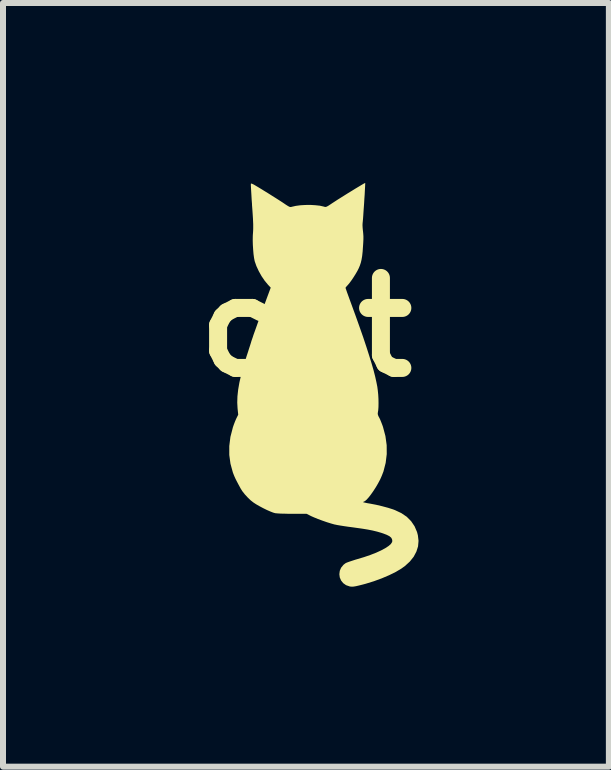
<source format=kicad_pcb>
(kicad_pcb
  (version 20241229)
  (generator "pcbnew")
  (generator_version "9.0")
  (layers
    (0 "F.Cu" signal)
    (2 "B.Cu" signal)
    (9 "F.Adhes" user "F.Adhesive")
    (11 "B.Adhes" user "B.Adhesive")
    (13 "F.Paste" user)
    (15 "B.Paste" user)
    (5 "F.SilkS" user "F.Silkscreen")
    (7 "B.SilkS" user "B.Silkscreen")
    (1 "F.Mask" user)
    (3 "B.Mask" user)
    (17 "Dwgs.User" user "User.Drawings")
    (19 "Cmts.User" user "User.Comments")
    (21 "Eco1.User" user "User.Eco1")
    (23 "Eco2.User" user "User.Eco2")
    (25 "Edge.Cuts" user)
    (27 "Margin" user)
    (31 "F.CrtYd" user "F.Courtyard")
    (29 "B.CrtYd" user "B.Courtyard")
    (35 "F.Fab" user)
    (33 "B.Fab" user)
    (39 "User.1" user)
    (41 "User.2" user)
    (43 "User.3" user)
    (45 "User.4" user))
  (footprint "cat"
    (layer "F.Cu")
    (at 2.05 2.405)
    (property "Reference" "cat" (at 0 0 0) (layer "F.SilkS") (effects (font (size 1.5 1.5) (thickness 0.3))))
    (attr board_only exclude_from_pos_files exclude_from_bom)
    (fp_poly (pts (xy 0.988 -2.395) (xy 0.987 -2.367) (xy 0.985 -2.325) (xy 0.982 -2.272) (xy 0.979 -2.21) (xy 0.974 -2.142) (xy 0.97 -2.071) (xy 0.965 -2) (xy 0.96 -1.931) (xy 0.956 -1.868) (xy 0.952 -1.812) (xy 0.948 -1.768) (xy 0.945 -1.738) (xy 0.944 -1.728) (xy 0.943 -1.7) (xy 0.945 -1.661) (xy 0.949 -1.616) (xy 0.951 -1.603) (xy 0.955 -1.561) (xy 0.958 -1.517) (xy 0.958 -1.466) (xy 0.955 -1.404) (xy 0.951 -1.345) (xy 0.945 -1.258) (xy 0.937 -1.186) (xy 0.927 -1.127) (xy 0.915 -1.076) (xy 0.899 -1.028) (xy 0.88 -0.983) (xy 0.859 -0.941) (xy 0.83 -0.891) (xy 0.797 -0.838) (xy 0.763 -0.787) (xy 0.73 -0.742) (xy 0.702 -0.708) (xy 0.691 -0.696) (xy 0.672 -0.675) (xy 0.661 -0.66) (xy 0.66 -0.657) (xy 0.663 -0.646) (xy 0.673 -0.618) (xy 0.687 -0.577) (xy 0.706 -0.525) (xy 0.728 -0.464) (xy 0.749 -0.407) (xy 0.825 -0.199) (xy 0.893 -0.008) (xy 0.954 0.166) (xy 1.007 0.325) (xy 1.053 0.469) (xy 1.093 0.599) (xy 1.127 0.716) (xy 1.154 0.822) (xy 1.175 0.917) (xy 1.19 0.993) (xy 1.198 1.055) (xy 1.205 1.124) (xy 1.209 1.197) (xy 1.21 1.267) (xy 1.209 1.331) (xy 1.205 1.384) (xy 1.2 1.414) (xy 1.197 1.439) (xy 1.2 1.461) (xy 1.211 1.488) (xy 1.22 1.504) (xy 1.236 1.536) (xy 1.254 1.58) (xy 1.273 1.629) (xy 1.284 1.66) (xy 1.325 1.814) (xy 1.346 1.966) (xy 1.347 2.115) (xy 1.329 2.262) (xy 1.292 2.405) (xy 1.264 2.477) (xy 1.237 2.538) (xy 1.203 2.602) (xy 1.165 2.667) (xy 1.125 2.729) (xy 1.085 2.786) (xy 1.047 2.835) (xy 1.013 2.873) (xy 0.984 2.898) (xy 0.97 2.905) (xy 0.955 2.912) (xy 0.954 2.917) (xy 0.965 2.92) (xy 0.992 2.926) (xy 1.03 2.934) (xy 1.072 2.941) (xy 1.171 2.96) (xy 1.272 2.984) (xy 1.369 3.01) (xy 1.454 3.037) (xy 1.485 3.049) (xy 1.591 3.099) (xy 1.681 3.16) (xy 1.754 3.234) (xy 1.811 3.318) (xy 1.852 3.414) (xy 1.866 3.468) (xy 1.877 3.561) (xy 1.869 3.653) (xy 1.841 3.741) (xy 1.796 3.826) (xy 1.732 3.906) (xy 1.651 3.98) (xy 1.59 4.024) (xy 1.496 4.08) (xy 1.386 4.134) (xy 1.264 4.186) (xy 1.133 4.234) (xy 0.997 4.276) (xy 0.945 4.29) (xy 0.881 4.306) (xy 0.833 4.317) (xy 0.797 4.323) (xy 0.768 4.325) (xy 0.743 4.323) (xy 0.73 4.321) (xy 0.669 4.3) (xy 0.621 4.266) (xy 0.586 4.222) (xy 0.564 4.171) (xy 0.557 4.117) (xy 0.564 4.061) (xy 0.586 4.009) (xy 0.625 3.961) (xy 0.658 3.935) (xy 0.68 3.924) (xy 0.718 3.91) (xy 0.766 3.894) (xy 0.821 3.876) (xy 0.855 3.866) (xy 0.969 3.832) (xy 1.074 3.796) (xy 1.169 3.759) (xy 1.252 3.721) (xy 1.321 3.684) (xy 1.376 3.648) (xy 1.415 3.614) (xy 1.436 3.582) (xy 1.44 3.563) (xy 1.435 3.533) (xy 1.42 3.507) (xy 1.391 3.483) (xy 1.348 3.461) (xy 1.288 3.438) (xy 1.255 3.427) (xy 1.186 3.407) (xy 1.112 3.389) (xy 1.031 3.373) (xy 0.939 3.358) (xy 0.832 3.343) (xy 0.775 3.335) (xy 0.706 3.326) (xy 0.637 3.316) (xy 0.574 3.306) (xy 0.521 3.297) (xy 0.483 3.289) (xy 0.48 3.289) (xy 0.42 3.272) (xy 0.349 3.25) (xy 0.274 3.224) (xy 0.201 3.197) (xy 0.135 3.17) (xy 0.081 3.146) (xy 0.078 3.144) (xy 0.01 3.11) (xy -0.223 3.11) (xy -0.293 3.11) (xy -0.36 3.108) (xy -0.419 3.107) (xy -0.467 3.104) (xy -0.501 3.101) (xy -0.511 3.1) (xy -0.547 3.09) (xy -0.595 3.071) (xy -0.652 3.046) (xy -0.713 3.016) (xy -0.773 2.984) (xy -0.829 2.952) (xy -0.875 2.922) (xy -0.921 2.886) (xy -0.97 2.839) (xy -1.018 2.787) (xy -1.059 2.735) (xy -1.087 2.691) (xy -1.123 2.625) (xy -1.151 2.572) (xy -1.173 2.529) (xy -1.19 2.492) (xy -1.204 2.458) (xy -1.217 2.424) (xy -1.219 2.418) (xy -1.258 2.275) (xy -1.278 2.129) (xy -1.278 1.98) (xy -1.259 1.828) (xy -1.219 1.674) (xy -1.219 1.672) (xy -1.202 1.623) (xy -1.183 1.573) (xy -1.165 1.531) (xy -1.158 1.516) (xy -1.129 1.458) (xy -1.14 1.351) (xy -1.145 1.256) (xy -1.142 1.153) (xy -1.13 1.042) (xy -1.109 0.92) (xy -1.078 0.786) (xy -1.037 0.638) (xy -0.987 0.475) (xy -0.985 0.47) (xy -0.965 0.409) (xy -0.947 0.352) (xy -0.931 0.303) (xy -0.919 0.265) (xy -0.912 0.242) (xy -0.912 0.24) (xy -0.904 0.216) (xy -0.89 0.176) (xy -0.872 0.121) (xy -0.848 0.055) (xy -0.821 -0.021) (xy -0.792 -0.103) (xy -0.76 -0.191) (xy -0.727 -0.281) (xy -0.694 -0.371) (xy -0.673 -0.428) (xy -0.587 -0.66) (xy -0.632 -0.708) (xy -0.687 -0.774) (xy -0.74 -0.852) (xy -0.787 -0.936) (xy -0.826 -1.02) (xy -0.853 -1.097) (xy -0.855 -1.104) (xy -0.865 -1.155) (xy -0.874 -1.221) (xy -0.88 -1.295) (xy -0.885 -1.373) (xy -0.887 -1.448) (xy -0.886 -1.516) (xy -0.885 -1.54) (xy -0.882 -1.58) (xy -0.88 -1.616) (xy -0.879 -1.648) (xy -0.879 -1.681) (xy -0.879 -1.717) (xy -0.881 -1.759) (xy -0.883 -1.809) (xy -0.887 -1.871) (xy -0.892 -1.947) (xy -0.899 -2.039) (xy -0.899 -2.052) (xy -0.905 -2.131) (xy -0.909 -2.203) (xy -0.913 -2.268) (xy -0.916 -2.321) (xy -0.918 -2.361) (xy -0.918 -2.384) (xy -0.918 -2.39) (xy -0.915 -2.394) (xy -0.907 -2.395) (xy -0.892 -2.389) (xy -0.869 -2.378) (xy -0.835 -2.358) (xy -0.788 -2.33) (xy -0.727 -2.293) (xy -0.7 -2.276) (xy -0.633 -2.235) (xy -0.565 -2.192) (xy -0.5 -2.151) (xy -0.442 -2.114) (xy -0.394 -2.083) (xy -0.376 -2.071) (xy -0.332 -2.041) (xy -0.3 -2.021) (xy -0.278 -2.009) (xy -0.262 -2.004) (xy -0.248 -2.005) (xy -0.233 -2.008) (xy -0.231 -2.009) (xy -0.169 -2.023) (xy -0.094 -2.033) (xy -0.011 -2.038) (xy 0.075 -2.039) (xy 0.157 -2.034) (xy 0.232 -2.026) (xy 0.294 -2.012) (xy 0.305 -2.009) (xy 0.319 -2.005) (xy 0.333 -2.006) (xy 0.35 -2.012) (xy 0.375 -2.026) (xy 0.41 -2.049) (xy 0.44 -2.069) (xy 0.48 -2.095) (xy 0.529 -2.127) (xy 0.585 -2.162) (xy 0.644 -2.199) (xy 0.706 -2.238) (xy 0.767 -2.275) (xy 0.825 -2.311) (xy 0.877 -2.342) (xy 0.922 -2.369) (xy 0.957 -2.39) (xy 0.98 -2.402) (xy 0.988 -2.405)) (stroke (width 0) (type solid)) (fill yes) (layer "F.SilkS")))
  (gr_rect
    (start -3 -3)
    (end 7.1 9.73)
    (stroke (width 0.1) (type default))
    (fill no)
    (layer "Edge.Cuts")))
</source>
